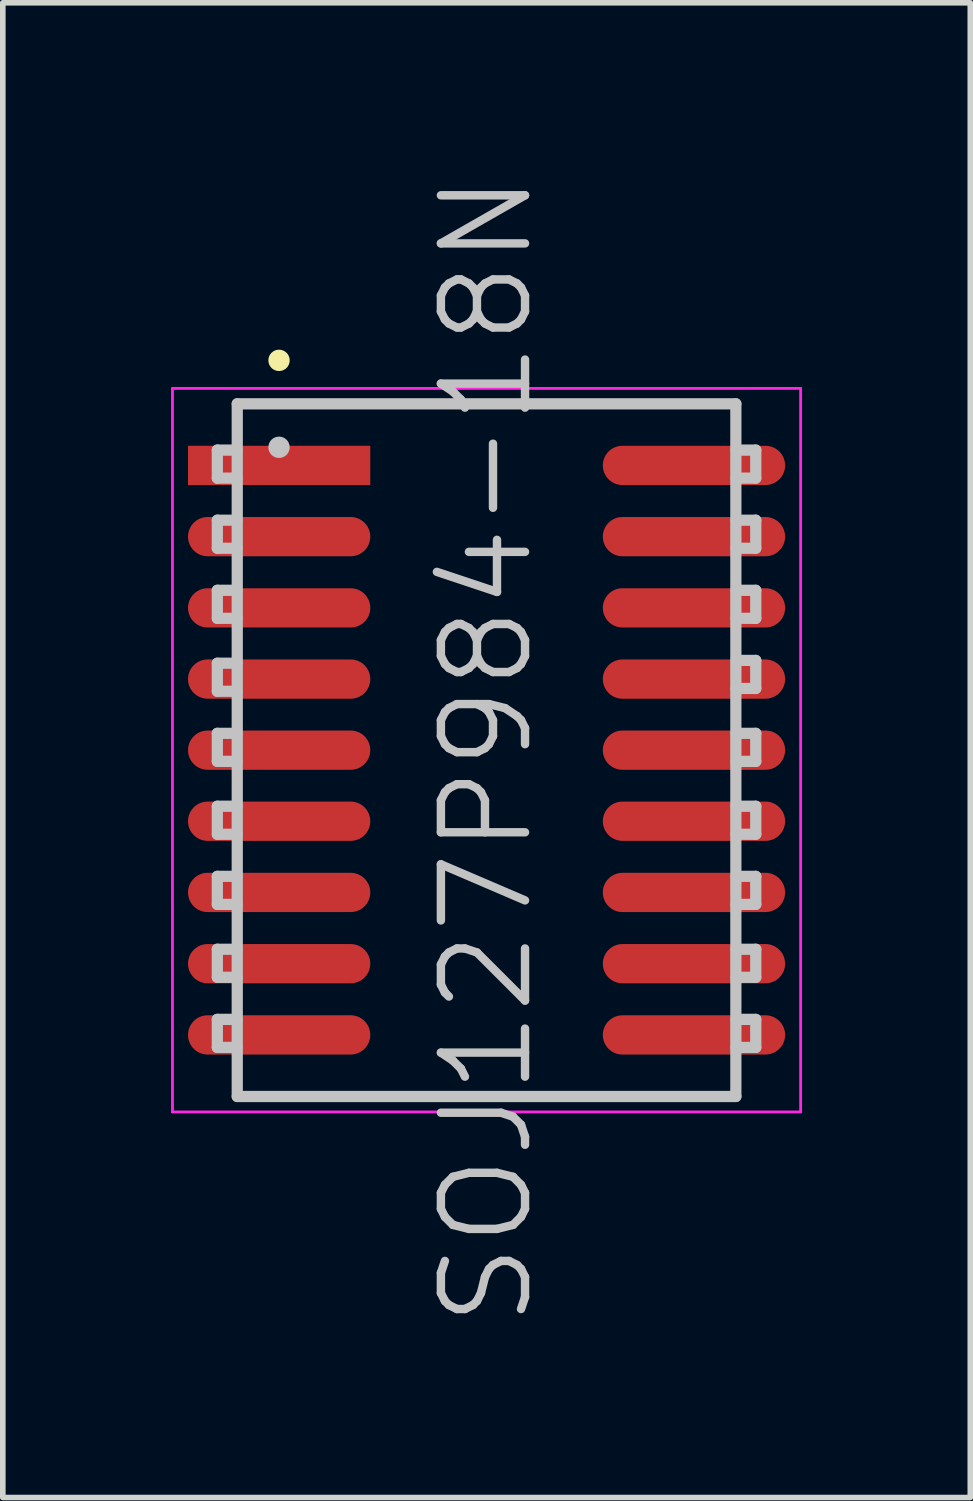
<source format=kicad_pcb>
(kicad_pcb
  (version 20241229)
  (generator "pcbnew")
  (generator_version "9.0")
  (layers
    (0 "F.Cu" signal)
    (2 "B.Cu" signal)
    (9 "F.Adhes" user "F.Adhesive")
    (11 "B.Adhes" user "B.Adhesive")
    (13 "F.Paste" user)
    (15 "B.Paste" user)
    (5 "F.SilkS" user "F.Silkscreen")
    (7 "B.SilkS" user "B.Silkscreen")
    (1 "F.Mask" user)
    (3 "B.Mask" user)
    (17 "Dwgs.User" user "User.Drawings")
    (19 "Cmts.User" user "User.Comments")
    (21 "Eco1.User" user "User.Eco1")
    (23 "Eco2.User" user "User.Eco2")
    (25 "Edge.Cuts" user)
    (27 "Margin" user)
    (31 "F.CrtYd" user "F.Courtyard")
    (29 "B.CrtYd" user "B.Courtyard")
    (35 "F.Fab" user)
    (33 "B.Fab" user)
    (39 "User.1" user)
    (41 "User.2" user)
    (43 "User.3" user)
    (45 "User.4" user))
  (footprint "SOJ127P984-18N"
    (layer "F.Cu")
    (at 5.625 10.325)
    (property "Reference" "SOJ127P984-18N" (at 0 0 90) (layer "Dwgs.User") (effects (font (size 1.5 1.5) (thickness 0.15))))
    (attr smd)
    (fp_line (start -3.7 -6.95) (end -3.7 -6.95) (stroke (width 0.381) (type solid)) (layer "F.SilkS"))
    (fp_line (start -4.8 -5.35) (end -4.8 -4.85) (stroke (width 0.2) (type solid)) (layer "Dwgs.User"))
    (fp_line (start -4.8 -4.85) (end -4.45 -4.85) (stroke (width 0.2) (type solid)) (layer "Dwgs.User"))
    (fp_line (start -4.8 -4.1) (end -4.8 -3.6) (stroke (width 0.2) (type solid)) (layer "Dwgs.User"))
    (fp_line (start -4.8 -3.6) (end -4.45 -3.6) (stroke (width 0.2) (type solid)) (layer "Dwgs.User"))
    (fp_line (start -4.8 -2.85) (end -4.8 -2.35) (stroke (width 0.2) (type solid)) (layer "Dwgs.User"))
    (fp_line (start -4.8 -2.35) (end -4.45 -2.35) (stroke (width 0.2) (type solid)) (layer "Dwgs.User"))
    (fp_line (start -4.8 -1.55) (end -4.8 -1.05) (stroke (width 0.2) (type solid)) (layer "Dwgs.User"))
    (fp_line (start -4.8 -1.05) (end -4.45 -1.05) (stroke (width 0.2) (type solid)) (layer "Dwgs.User"))
    (fp_line (start -4.8 -0.3) (end -4.8 0.2) (stroke (width 0.2) (type solid)) (layer "Dwgs.User"))
    (fp_line (start -4.8 0.2) (end -4.45 0.2) (stroke (width 0.2) (type solid)) (layer "Dwgs.User"))
    (fp_line (start -4.8 1) (end -4.8 1.5) (stroke (width 0.2) (type solid)) (layer "Dwgs.User"))
    (fp_line (start -4.8 1.5) (end -4.45 1.5) (stroke (width 0.2) (type solid)) (layer "Dwgs.User"))
    (fp_line (start -4.8 2.25) (end -4.8 2.75) (stroke (width 0.2) (type solid)) (layer "Dwgs.User"))
    (fp_line (start -4.8 2.75) (end -4.45 2.75) (stroke (width 0.2) (type solid)) (layer "Dwgs.User"))
    (fp_line (start -4.8 3.55) (end -4.8 4.05) (stroke (width 0.2) (type solid)) (layer "Dwgs.User"))
    (fp_line (start -4.8 4.05) (end -4.45 4.05) (stroke (width 0.2) (type solid)) (layer "Dwgs.User"))
    (fp_line (start -4.8 4.8) (end -4.8 5.3) (stroke (width 0.2) (type solid)) (layer "Dwgs.User"))
    (fp_line (start -4.8 5.3) (end -4.45 5.3) (stroke (width 0.2) (type solid)) (layer "Dwgs.User"))
    (fp_line (start -4.45 -5.35) (end -4.8 -5.35) (stroke (width 0.2) (type solid)) (layer "Dwgs.User"))
    (fp_line (start -4.45 -4.1) (end -4.8 -4.1) (stroke (width 0.2) (type solid)) (layer "Dwgs.User"))
    (fp_line (start -4.45 -2.85) (end -4.8 -2.85) (stroke (width 0.2) (type solid)) (layer "Dwgs.User"))
    (fp_line (start -4.45 -1.55) (end -4.8 -1.55) (stroke (width 0.2) (type solid)) (layer "Dwgs.User"))
    (fp_line (start -4.45 -0.3) (end -4.8 -0.3) (stroke (width 0.2) (type solid)) (layer "Dwgs.User"))
    (fp_line (start -4.45 1) (end -4.8 1) (stroke (width 0.2) (type solid)) (layer "Dwgs.User"))
    (fp_line (start -4.45 2.25) (end -4.8 2.25) (stroke (width 0.2) (type solid)) (layer "Dwgs.User"))
    (fp_line (start -4.45 3.55) (end -4.8 3.55) (stroke (width 0.2) (type solid)) (layer "Dwgs.User"))
    (fp_line (start -4.45 4.8) (end -4.8 4.8) (stroke (width 0.2) (type solid)) (layer "Dwgs.User"))
    (fp_line (start -4.445 -6.175) (end -4.445 6.175) (stroke (width 0.2) (type solid)) (layer "Dwgs.User"))
    (fp_line (start -4.445 -6.175) (end 4.445 -6.175) (stroke (width 0.2) (type solid)) (layer "Dwgs.User"))
    (fp_line (start -4.445 6.175) (end 4.445 6.175) (stroke (width 0.2) (type solid)) (layer "Dwgs.User"))
    (fp_line (start -3.7 -5.4) (end -3.7 -5.4) (stroke (width 0.381) (type solid)) (layer "Dwgs.User"))
    (fp_line (start 4.445 -6.175) (end 4.445 6.175) (stroke (width 0.2) (type solid)) (layer "Dwgs.User"))
    (fp_line (start 4.45 -5.35) (end 4.8 -5.35) (stroke (width 0.2) (type solid)) (layer "Dwgs.User"))
    (fp_line (start 4.45 -4.1) (end 4.8 -4.1) (stroke (width 0.2) (type solid)) (layer "Dwgs.User"))
    (fp_line (start 4.45 -2.85) (end 4.8 -2.85) (stroke (width 0.2) (type solid)) (layer "Dwgs.User"))
    (fp_line (start 4.45 -1.6) (end 4.8 -1.6) (stroke (width 0.2) (type solid)) (layer "Dwgs.User"))
    (fp_line (start 4.45 -0.3) (end 4.8 -0.3) (stroke (width 0.2) (type solid)) (layer "Dwgs.User"))
    (fp_line (start 4.45 1) (end 4.8 1) (stroke (width 0.2) (type solid)) (layer "Dwgs.User"))
    (fp_line (start 4.45 2.25) (end 4.8 2.25) (stroke (width 0.2) (type solid)) (layer "Dwgs.User"))
    (fp_line (start 4.45 3.55) (end 4.8 3.55) (stroke (width 0.2) (type solid)) (layer "Dwgs.User"))
    (fp_line (start 4.45 4.8) (end 4.8 4.8) (stroke (width 0.2) (type solid)) (layer "Dwgs.User"))
    (fp_line (start 4.8 -5.35) (end 4.8 -4.85) (stroke (width 0.2) (type solid)) (layer "Dwgs.User"))
    (fp_line (start 4.8 -4.85) (end 4.45 -4.85) (stroke (width 0.2) (type solid)) (layer "Dwgs.User"))
    (fp_line (start 4.8 -4.1) (end 4.8 -3.6) (stroke (width 0.2) (type solid)) (layer "Dwgs.User"))
    (fp_line (start 4.8 -3.6) (end 4.45 -3.6) (stroke (width 0.2) (type solid)) (layer "Dwgs.User"))
    (fp_line (start 4.8 -2.85) (end 4.8 -2.35) (stroke (width 0.2) (type solid)) (layer "Dwgs.User"))
    (fp_line (start 4.8 -2.35) (end 4.45 -2.35) (stroke (width 0.2) (type solid)) (layer "Dwgs.User"))
    (fp_line (start 4.8 -1.6) (end 4.8 -1.1) (stroke (width 0.2) (type solid)) (layer "Dwgs.User"))
    (fp_line (start 4.8 -1.1) (end 4.45 -1.1) (stroke (width 0.2) (type solid)) (layer "Dwgs.User"))
    (fp_line (start 4.8 -0.3) (end 4.8 0.2) (stroke (width 0.2) (type solid)) (layer "Dwgs.User"))
    (fp_line (start 4.8 0.2) (end 4.45 0.2) (stroke (width 0.2) (type solid)) (layer "Dwgs.User"))
    (fp_line (start 4.8 1) (end 4.8 1.5) (stroke (width 0.2) (type solid)) (layer "Dwgs.User"))
    (fp_line (start 4.8 1.5) (end 4.45 1.5) (stroke (width 0.2) (type solid)) (layer "Dwgs.User"))
    (fp_line (start 4.8 2.25) (end 4.8 2.75) (stroke (width 0.2) (type solid)) (layer "Dwgs.User"))
    (fp_line (start 4.8 2.75) (end 4.45 2.75) (stroke (width 0.2) (type solid)) (layer "Dwgs.User"))
    (fp_line (start 4.8 3.55) (end 4.8 4.05) (stroke (width 0.2) (type solid)) (layer "Dwgs.User"))
    (fp_line (start 4.8 4.05) (end 4.45 4.05) (stroke (width 0.2) (type solid)) (layer "Dwgs.User"))
    (fp_line (start 4.8 4.8) (end 4.8 5.3) (stroke (width 0.2) (type solid)) (layer "Dwgs.User"))
    (fp_line (start 4.8 5.3) (end 4.45 5.3) (stroke (width 0.2) (type solid)) (layer "Dwgs.User"))
    (fp_line (start -5.6 -6.45) (end -5.6 6.45) (stroke (width 0.05) (type solid)) (layer "F.CrtYd"))
    (fp_line (start -5.6 -6.45) (end 5.6 -6.45) (stroke (width 0.05) (type solid)) (layer "F.CrtYd"))
    (fp_line (start -5.6 6.45) (end 5.6 6.45) (stroke (width 0.05) (type solid)) (layer "F.CrtYd"))
    (fp_line (start 5.6 -6.45) (end 5.6 6.45) (stroke (width 0.05) (type solid)) (layer "F.CrtYd"))
    (pad "1" smd rect (at -3.698 -5.077 90) (size 0.7 3.25) (layers "F.Cu" "F.Mask" "F.Paste"))
    (pad "2" smd oval (at -3.698 -3.807 90) (size 0.7 3.25) (layers "F.Cu" "F.Mask" "F.Paste"))
    (pad "3" smd oval (at -3.698 -2.537 90) (size 0.7 3.25) (layers "F.Cu" "F.Mask" "F.Paste"))
    (pad "4" smd oval (at -3.698 -1.267 90) (size 0.7 3.25) (layers "F.Cu" "F.Mask" "F.Paste"))
    (pad "5" smd oval (at -3.698 0 90) (size 0.7 3.25) (layers "F.Cu" "F.Mask" "F.Paste"))
    (pad "6" smd oval (at -3.698 1.267 90) (size 0.7 3.25) (layers "F.Cu" "F.Mask" "F.Paste"))
    (pad "7" smd oval (at -3.698 2.537 90) (size 0.7 3.25) (layers "F.Cu" "F.Mask" "F.Paste"))
    (pad "8" smd oval (at -3.698 3.807 90) (size 0.7 3.25) (layers "F.Cu" "F.Mask" "F.Paste"))
    (pad "9" smd oval (at -3.698 5.077 90) (size 0.7 3.25) (layers "F.Cu" "F.Mask" "F.Paste"))
    (pad "10" smd oval (at 3.698 5.077 270) (size 0.7 3.25) (layers "F.Cu" "F.Mask" "F.Paste"))
    (pad "11" smd oval (at 3.698 3.807 270) (size 0.7 3.25) (layers "F.Cu" "F.Mask" "F.Paste"))
    (pad "12" smd oval (at 3.698 2.537 270) (size 0.7 3.25) (layers "F.Cu" "F.Mask" "F.Paste"))
    (pad "13" smd oval (at 3.698 1.267 270) (size 0.7 3.25) (layers "F.Cu" "F.Mask" "F.Paste"))
    (pad "14" smd oval (at 3.698 0 270) (size 0.7 3.25) (layers "F.Cu" "F.Mask" "F.Paste"))
    (pad "15" smd oval (at 3.698 -1.267 270) (size 0.7 3.25) (layers "F.Cu" "F.Mask" "F.Paste"))
    (pad "16" smd oval (at 3.698 -2.537 270) (size 0.7 3.25) (layers "F.Cu" "F.Mask" "F.Paste"))
    (pad "17" smd oval (at 3.698 -3.807 270) (size 0.7 3.25) (layers "F.Cu" "F.Mask" "F.Paste"))
    (pad "18" smd oval (at 3.698 -5.077 270) (size 0.7 3.25) (layers "F.Cu" "F.Mask" "F.Paste")))
  (gr_rect
    (start -3 -3)
    (end 14.25 23.65)
    (stroke (width 0.1) (type default))
    (fill no)
    (layer "Edge.Cuts")))
</source>
